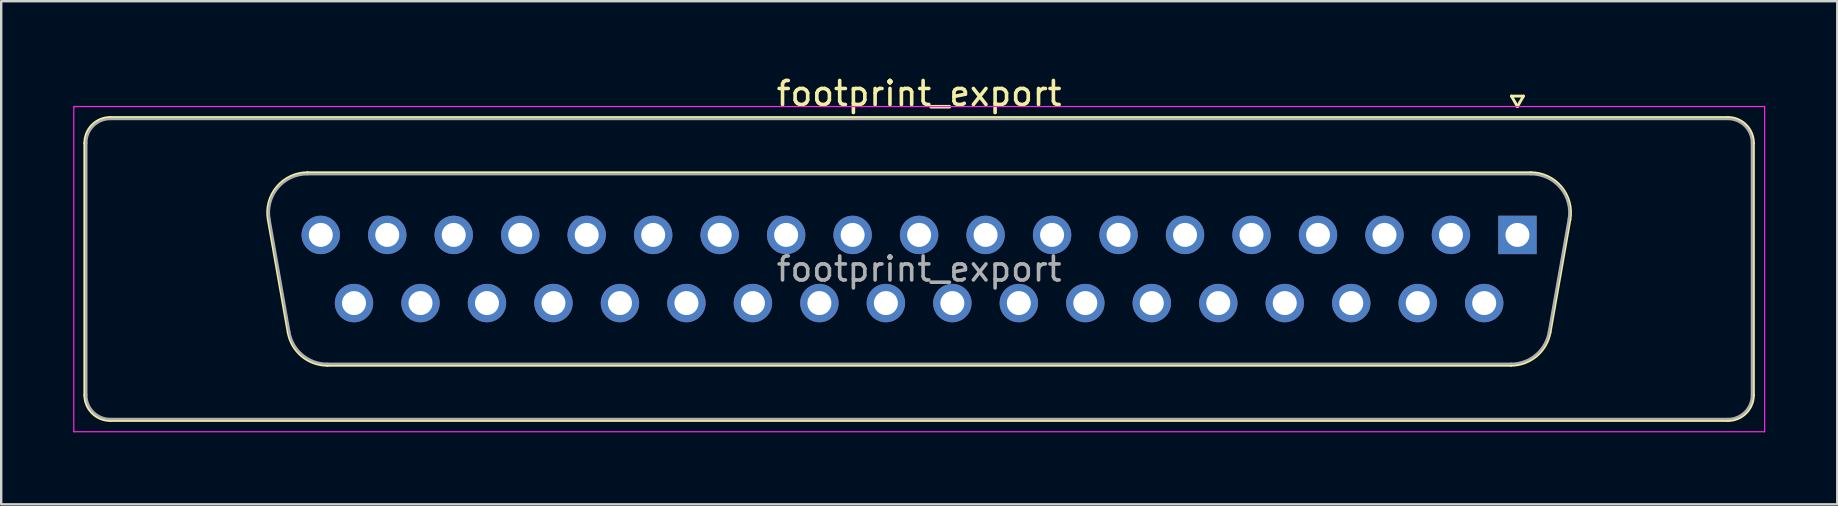
<source format=kicad_pcb>
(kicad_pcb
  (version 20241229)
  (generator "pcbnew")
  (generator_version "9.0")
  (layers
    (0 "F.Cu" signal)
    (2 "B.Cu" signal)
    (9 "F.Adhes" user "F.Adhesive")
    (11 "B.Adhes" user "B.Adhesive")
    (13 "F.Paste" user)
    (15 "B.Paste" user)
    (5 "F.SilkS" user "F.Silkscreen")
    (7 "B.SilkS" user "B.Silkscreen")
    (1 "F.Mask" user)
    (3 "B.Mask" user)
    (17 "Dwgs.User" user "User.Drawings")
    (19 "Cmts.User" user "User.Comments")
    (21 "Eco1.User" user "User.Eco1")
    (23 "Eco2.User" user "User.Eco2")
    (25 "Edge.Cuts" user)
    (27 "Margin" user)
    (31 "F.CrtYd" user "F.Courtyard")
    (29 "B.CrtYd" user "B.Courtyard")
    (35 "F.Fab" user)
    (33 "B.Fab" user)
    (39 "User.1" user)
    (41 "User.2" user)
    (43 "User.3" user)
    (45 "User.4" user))
  (footprint "footprint_export"
    (layer "F.Cu")
    (at 60.175 6.738)
    (property "Reference" "footprint_export" (at -24.93 -5.89 0) (layer "F.SilkS") (effects (font (size 1 1) (thickness 0.15))))
    (attr through_hole)
    (fp_line (start -59.69 6.67) (end -59.69 -3.83) (stroke (width 0.12) (type solid)) (layer "F.SilkS"))
    (fp_line (start -58.63 -4.89) (end 8.77 -4.89) (stroke (width 0.12) (type solid)) (layer "F.SilkS"))
    (fp_line (start -52.046 -0.642) (end -51.218 4.058) (stroke (width 0.12) (type solid)) (layer "F.SilkS"))
    (fp_line (start -50.412 -2.59) (end 0.552 -2.59) (stroke (width 0.12) (type solid)) (layer "F.SilkS"))
    (fp_line (start -49.583 5.43) (end -0.277 5.43) (stroke (width 0.12) (type solid)) (layer "F.SilkS"))
    (fp_line (start -0.25 -5.784) (end 0.25 -5.784) (stroke (width 0.12) (type solid)) (layer "F.SilkS"))
    (fp_line (start 0 -5.351) (end -0.25 -5.784) (stroke (width 0.12) (type solid)) (layer "F.SilkS"))
    (fp_line (start 0.25 -5.784) (end 0 -5.351) (stroke (width 0.12) (type solid)) (layer "F.SilkS"))
    (fp_line (start 2.186 -0.642) (end 1.358 4.058) (stroke (width 0.12) (type solid)) (layer "F.SilkS"))
    (fp_line (start 8.77 7.73) (end -58.63 7.73) (stroke (width 0.12) (type solid)) (layer "F.SilkS"))
    (fp_line (start 9.83 -3.83) (end 9.83 6.67) (stroke (width 0.12) (type solid)) (layer "F.SilkS"))
    (fp_arc (start -59.69 -3.83) (mid -59.379533 -4.579533) (end -58.63 -4.89) (stroke (width 0.12) (type solid)) (layer "F.SilkS"))
    (fp_arc (start -58.63 7.73) (mid -59.379533 7.419533) (end -59.69 6.67) (stroke (width 0.12) (type solid)) (layer "F.SilkS"))
    (fp_arc (start -52.04647 -0.641744) (mid -51.683323 -1.997028) (end -50.411689 -2.59) (stroke (width 0.12) (type solid)) (layer "F.SilkS"))
    (fp_arc (start -49.582952 5.43) (mid -50.649979 5.041634) (end -51.217733 4.058256) (stroke (width 0.12) (type solid)) (layer "F.SilkS"))
    (fp_arc (start 0.551689 -2.59) (mid 1.823323 -1.997027) (end 2.18647 -0.641744) (stroke (width 0.12) (type solid)) (layer "F.SilkS"))
    (fp_arc (start 1.357733 4.058256) (mid 0.78998 5.041634) (end -0.277048 5.43) (stroke (width 0.12) (type solid)) (layer "F.SilkS"))
    (fp_arc (start 8.77 -4.89) (mid 9.519533 -4.579533) (end 9.83 -3.83) (stroke (width 0.12) (type solid)) (layer "F.SilkS"))
    (fp_arc (start 9.83 6.67) (mid 9.519533 7.419533) (end 8.77 7.73) (stroke (width 0.12) (type solid)) (layer "F.SilkS"))
    (fp_line (start -60.15 -5.35) (end -60.15 8.2) (stroke (width 0.05) (type solid)) (layer "F.CrtYd"))
    (fp_line (start -60.15 8.2) (end 10.3 8.2) (stroke (width 0.05) (type solid)) (layer "F.CrtYd"))
    (fp_line (start 10.3 -5.35) (end -60.15 -5.35) (stroke (width 0.05) (type solid)) (layer "F.CrtYd"))
    (fp_line (start 10.3 8.2) (end 10.3 -5.35) (stroke (width 0.05) (type solid)) (layer "F.CrtYd"))
    (fp_line (start -59.63 6.67) (end -59.63 -3.83) (stroke (width 0.1) (type solid)) (layer "F.Fab"))
    (fp_line (start -58.63 -4.83) (end 8.77 -4.83) (stroke (width 0.1) (type solid)) (layer "F.Fab"))
    (fp_line (start -51.999 -0.652) (end -51.17 4.048) (stroke (width 0.1) (type solid)) (layer "F.Fab"))
    (fp_line (start -50.423 -2.53) (end 0.563 -2.53) (stroke (width 0.1) (type solid)) (layer "F.Fab"))
    (fp_line (start -49.594 5.37) (end -0.266 5.37) (stroke (width 0.1) (type solid)) (layer "F.Fab"))
    (fp_line (start 2.139 -0.652) (end 1.31 4.048) (stroke (width 0.1) (type solid)) (layer "F.Fab"))
    (fp_line (start 8.77 7.67) (end -58.63 7.67) (stroke (width 0.1) (type solid)) (layer "F.Fab"))
    (fp_line (start 9.77 -3.83) (end 9.77 6.67) (stroke (width 0.1) (type solid)) (layer "F.Fab"))
    (fp_arc (start -59.63 -3.83) (mid -59.337107 -4.537107) (end -58.63 -4.83) (stroke (width 0.1) (type solid)) (layer "F.Fab"))
    (fp_arc (start -58.63 7.67) (mid -59.337107 7.377107) (end -59.63 6.67) (stroke (width 0.1) (type solid)) (layer "F.Fab"))
    (fp_arc (start -51.998886 -0.652163) (mid -51.648865 -1.95846) (end -50.423194 -2.53) (stroke (width 0.1) (type solid)) (layer "F.Fab"))
    (fp_arc (start -49.594457 5.37) (mid -50.622917 4.995671) (end -51.170149 4.047837) (stroke (width 0.1) (type solid)) (layer "F.Fab"))
    (fp_arc (start 0.563194 -2.53) (mid 1.788865 -1.95846) (end 2.138886 -0.652163) (stroke (width 0.1) (type solid)) (layer "F.Fab"))
    (fp_arc (start 1.310149 4.047837) (mid 0.762917 4.995671) (end -0.265543 5.37) (stroke (width 0.1) (type solid)) (layer "F.Fab"))
    (fp_arc (start 8.77 -4.83) (mid 9.477107 -4.537107) (end 9.77 -3.83) (stroke (width 0.1) (type solid)) (layer "F.Fab"))
    (fp_arc (start 9.77 6.67) (mid 9.477107 7.377107) (end 8.77 7.67) (stroke (width 0.1) (type solid)) (layer "F.Fab"))
    (fp_text user "${REFERENCE}" (at -24.93 1.42 0) (layer "F.Fab") (effects (font (size 1 1) (thickness 0.15))))
    (pad "1" thru_hole rect (at 0 0) (size 1.6 1.6) (drill 1) (layers "*.Cu" "*.Mask"))
    (pad "2" thru_hole circle (at -2.77 0) (size 1.6 1.6) (drill 1) (layers "*.Cu" "*.Mask"))
    (pad "3" thru_hole circle (at -5.54 0) (size 1.6 1.6) (drill 1) (layers "*.Cu" "*.Mask"))
    (pad "4" thru_hole circle (at -8.31 0) (size 1.6 1.6) (drill 1) (layers "*.Cu" "*.Mask"))
    (pad "5" thru_hole circle (at -11.08 0) (size 1.6 1.6) (drill 1) (layers "*.Cu" "*.Mask"))
    (pad "6" thru_hole circle (at -13.85 0) (size 1.6 1.6) (drill 1) (layers "*.Cu" "*.Mask"))
    (pad "7" thru_hole circle (at -16.62 0) (size 1.6 1.6) (drill 1) (layers "*.Cu" "*.Mask"))
    (pad "8" thru_hole circle (at -19.39 0) (size 1.6 1.6) (drill 1) (layers "*.Cu" "*.Mask"))
    (pad "9" thru_hole circle (at -22.16 0) (size 1.6 1.6) (drill 1) (layers "*.Cu" "*.Mask"))
    (pad "10" thru_hole circle (at -24.93 0) (size 1.6 1.6) (drill 1) (layers "*.Cu" "*.Mask"))
    (pad "11" thru_hole circle (at -27.7 0) (size 1.6 1.6) (drill 1) (layers "*.Cu" "*.Mask"))
    (pad "12" thru_hole circle (at -30.47 0) (size 1.6 1.6) (drill 1) (layers "*.Cu" "*.Mask"))
    (pad "13" thru_hole circle (at -33.24 0) (size 1.6 1.6) (drill 1) (layers "*.Cu" "*.Mask"))
    (pad "14" thru_hole circle (at -36.01 0) (size 1.6 1.6) (drill 1) (layers "*.Cu" "*.Mask"))
    (pad "15" thru_hole circle (at -38.78 0) (size 1.6 1.6) (drill 1) (layers "*.Cu" "*.Mask"))
    (pad "16" thru_hole circle (at -41.55 0) (size 1.6 1.6) (drill 1) (layers "*.Cu" "*.Mask"))
    (pad "17" thru_hole circle (at -44.32 0) (size 1.6 1.6) (drill 1) (layers "*.Cu" "*.Mask"))
    (pad "18" thru_hole circle (at -47.09 0) (size 1.6 1.6) (drill 1) (layers "*.Cu" "*.Mask"))
    (pad "19" thru_hole circle (at -49.86 0) (size 1.6 1.6) (drill 1) (layers "*.Cu" "*.Mask"))
    (pad "20" thru_hole circle (at -1.385 2.84) (size 1.6 1.6) (drill 1) (layers "*.Cu" "*.Mask"))
    (pad "21" thru_hole circle (at -4.155 2.84) (size 1.6 1.6) (drill 1) (layers "*.Cu" "*.Mask"))
    (pad "22" thru_hole circle (at -6.925 2.84) (size 1.6 1.6) (drill 1) (layers "*.Cu" "*.Mask"))
    (pad "23" thru_hole circle (at -9.695 2.84) (size 1.6 1.6) (drill 1) (layers "*.Cu" "*.Mask"))
    (pad "24" thru_hole circle (at -12.465 2.84) (size 1.6 1.6) (drill 1) (layers "*.Cu" "*.Mask"))
    (pad "25" thru_hole circle (at -15.235 2.84) (size 1.6 1.6) (drill 1) (layers "*.Cu" "*.Mask"))
    (pad "26" thru_hole circle (at -18.005 2.84) (size 1.6 1.6) (drill 1) (layers "*.Cu" "*.Mask"))
    (pad "27" thru_hole circle (at -20.775 2.84) (size 1.6 1.6) (drill 1) (layers "*.Cu" "*.Mask"))
    (pad "28" thru_hole circle (at -23.545 2.84) (size 1.6 1.6) (drill 1) (layers "*.Cu" "*.Mask"))
    (pad "29" thru_hole circle (at -26.315 2.84) (size 1.6 1.6) (drill 1) (layers "*.Cu" "*.Mask"))
    (pad "30" thru_hole circle (at -29.085 2.84) (size 1.6 1.6) (drill 1) (layers "*.Cu" "*.Mask"))
    (pad "31" thru_hole circle (at -31.855 2.84) (size 1.6 1.6) (drill 1) (layers "*.Cu" "*.Mask"))
    (pad "32" thru_hole circle (at -34.625 2.84) (size 1.6 1.6) (drill 1) (layers "*.Cu" "*.Mask"))
    (pad "33" thru_hole circle (at -37.395 2.84) (size 1.6 1.6) (drill 1) (layers "*.Cu" "*.Mask"))
    (pad "34" thru_hole circle (at -40.165 2.84) (size 1.6 1.6) (drill 1) (layers "*.Cu" "*.Mask"))
    (pad "35" thru_hole circle (at -42.935 2.84) (size 1.6 1.6) (drill 1) (layers "*.Cu" "*.Mask"))
    (pad "36" thru_hole circle (at -45.705 2.84) (size 1.6 1.6) (drill 1) (layers "*.Cu" "*.Mask"))
    (pad "37" thru_hole circle (at -48.475 2.84) (size 1.6 1.6) (drill 1) (layers "*.Cu" "*.Mask")))
  (gr_rect
    (start -3 -3)
    (end 73.5 17.963)
    (stroke (width 0.1) (type default))
    (fill no)
    (layer "Edge.Cuts")))
</source>
